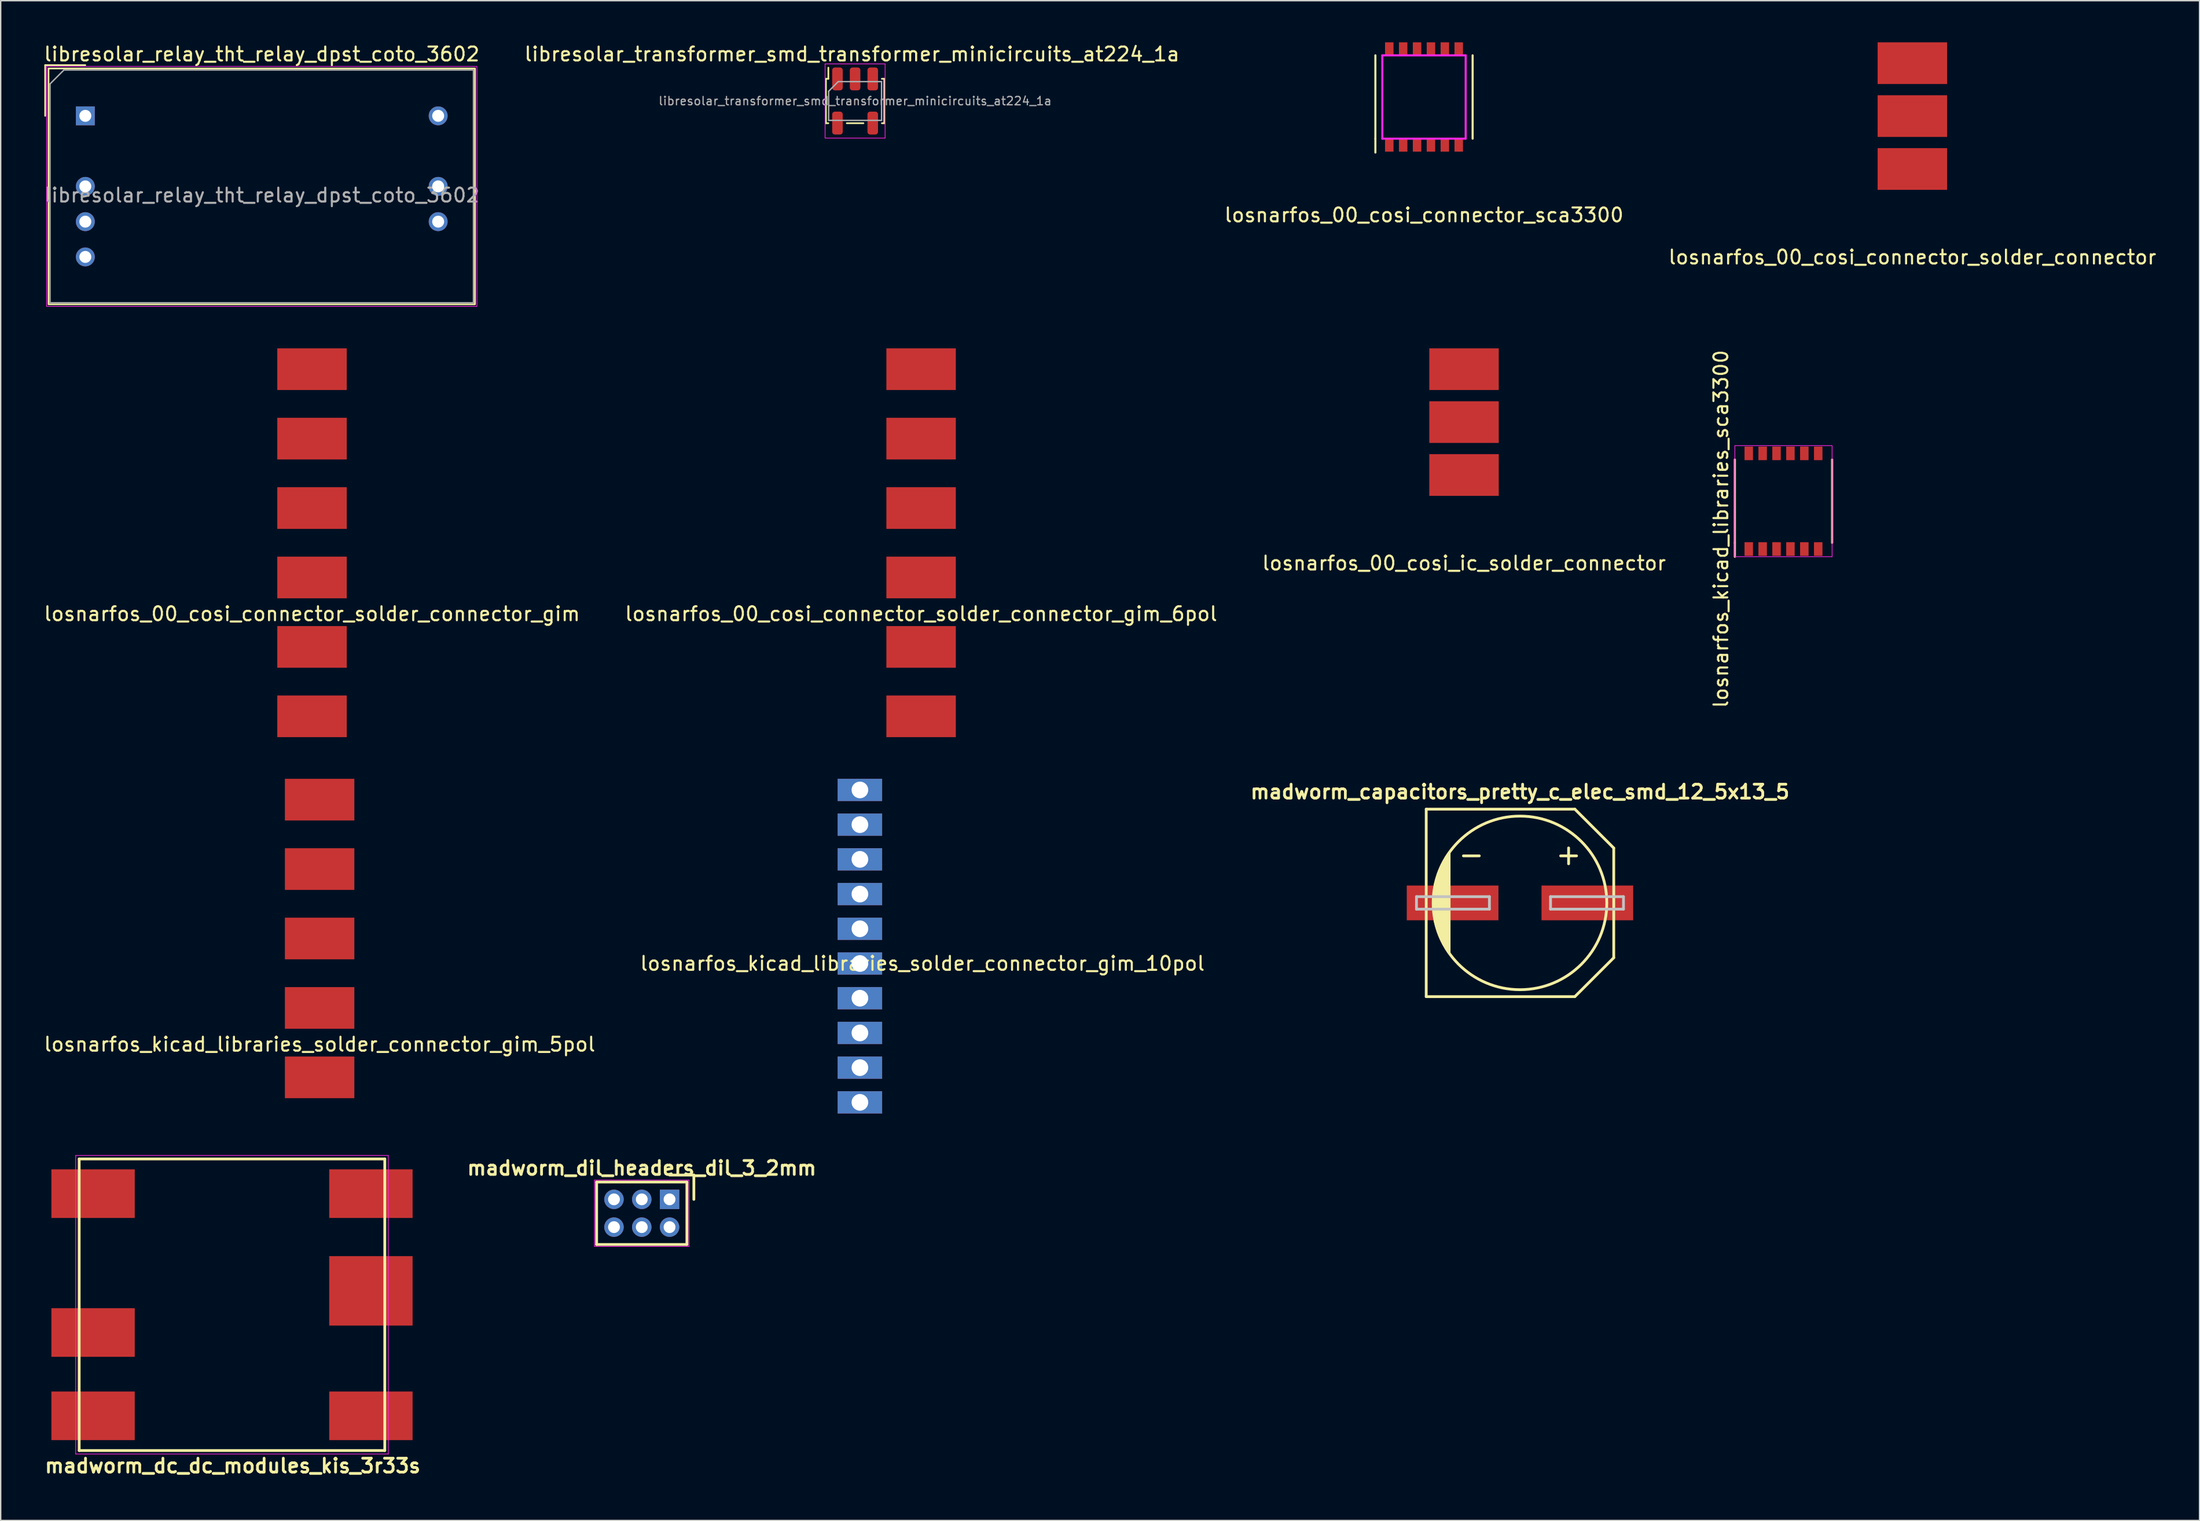
<source format=kicad_pcb>
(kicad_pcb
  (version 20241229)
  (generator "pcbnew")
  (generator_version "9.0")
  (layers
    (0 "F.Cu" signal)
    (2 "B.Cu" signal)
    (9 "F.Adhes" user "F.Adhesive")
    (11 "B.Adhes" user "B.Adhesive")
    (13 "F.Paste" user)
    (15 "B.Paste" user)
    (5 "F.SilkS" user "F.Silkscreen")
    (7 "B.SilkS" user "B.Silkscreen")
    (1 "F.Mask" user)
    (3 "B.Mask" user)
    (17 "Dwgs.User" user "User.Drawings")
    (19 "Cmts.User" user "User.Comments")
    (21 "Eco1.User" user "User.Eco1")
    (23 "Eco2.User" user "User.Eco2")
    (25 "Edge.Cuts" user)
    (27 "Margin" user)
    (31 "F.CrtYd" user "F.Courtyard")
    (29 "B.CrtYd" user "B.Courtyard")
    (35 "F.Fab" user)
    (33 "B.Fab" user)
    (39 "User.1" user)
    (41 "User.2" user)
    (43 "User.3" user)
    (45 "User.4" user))
  (footprint "madworm_dc_dc_modules_kis_3r33s"
    (layer "F.Cu")
    (at 13.65 90.913)
    (property "Reference" "madworm_dc_dc_modules_kis_3r33s" (at 0.05 11.6 0) (layer "F.SilkS") (effects (font (size 1 1) (thickness 0.2))))
    (attr through_hole)
    (fp_line (start -11 -10.5) (end 11 -10.5) (stroke (width 0.2) (type solid)) (layer "F.SilkS"))
    (fp_line (start -11 10.5) (end -11 -10.5) (stroke (width 0.2) (type solid)) (layer "F.SilkS"))
    (fp_line (start 11 -10.5) (end 11 10.5) (stroke (width 0.2) (type solid)) (layer "F.SilkS"))
    (fp_line (start 11 10.5) (end -11 10.5) (stroke (width 0.2) (type solid)) (layer "F.SilkS"))
    (fp_line (start -11.25 -10.75) (end 11.25 -10.75) (stroke (width 0.05) (type solid)) (layer "F.CrtYd"))
    (fp_line (start -11.25 10.75) (end -11.25 -10.75) (stroke (width 0.05) (type solid)) (layer "F.CrtYd"))
    (fp_line (start 11.25 -10.75) (end 11.25 10.75) (stroke (width 0.05) (type solid)) (layer "F.CrtYd"))
    (fp_line (start 11.25 10.75) (end -11.25 10.75) (stroke (width 0.05) (type solid)) (layer "F.CrtYd"))
    (pad "1" smd rect (at -10 -8) (size 6 3.5) (layers "F.Cu" "F.Mask" "F.Paste"))
    (pad "2" smd rect (at -10 2) (size 6 3.5) (layers "F.Cu" "F.Mask" "F.Paste"))
    (pad "3" smd rect (at -10 8) (size 6 3.5) (layers "F.Cu" "F.Mask" "F.Paste"))
    (pad "4" smd rect (at 10 8) (size 6 3.5) (layers "F.Cu" "F.Mask" "F.Paste"))
    (pad "5" smd rect (at 10 -1) (size 6 5) (layers "F.Cu" "F.Mask" "F.Paste"))
    (pad "6" smd rect (at 10 -8) (size 6 3.5) (layers "F.Cu" "F.Mask" "F.Paste")))
  (footprint "losnarfos_00_cosi_ic_solder_connector"
    (layer "F.Cu")
    (at 102.339 29.888)
    (property "Reference" "losnarfos_00_cosi_ic_solder_connector" (at 0 7.62 0) (layer "F.SilkS") (effects (font (size 1 1) (thickness 0.15))))
    (attr through_hole)
    (pad "1" smd rect (at 0 -6.35) (size 5 3) (layers "F.Cu" "F.Mask" "F.Paste"))
    (pad "1" smd rect (at 0 -2.54) (size 5 3) (layers "F.Cu" "F.Mask" "F.Paste"))
    (pad "1" smd rect (at 0 1.27) (size 5 3) (layers "F.Cu" "F.Mask" "F.Paste")))
  (footprint "losnarfos_00_cosi_connector_solder_connector_gim"
    (layer "F.Cu")
    (at 19.411 33.538)
    (property "Reference" "losnarfos_00_cosi_connector_solder_connector_gim" (at 0 7.62 0) (layer "F.SilkS") (effects (font (size 1 1) (thickness 0.15))))
    (attr through_hole)
    (pad "1" smd rect (at 0 -10) (size 5 3) (layers "F.Cu" "F.Mask" "F.Paste"))
    (pad "1" smd rect (at 0 -5) (size 5 3) (layers "F.Cu" "F.Mask" "F.Paste"))
    (pad "1" smd rect (at 0 0) (size 5 3) (layers "F.Cu" "F.Mask" "F.Paste"))
    (pad "1" smd rect (at 0 5) (size 5 3) (layers "F.Cu" "F.Mask" "F.Paste"))
    (pad "1" smd rect (at 0 10) (size 5 3) (layers "F.Cu" "F.Mask" "F.Paste"))
    (pad "1" smd rect (at 0 15) (size 5 3) (layers "F.Cu" "F.Mask" "F.Paste")))
  (footprint "losnarfos_00_cosi_connector_solder_connector"
    (layer "F.Cu")
    (at 134.613 7.85)
    (property "Reference" "losnarfos_00_cosi_connector_solder_connector" (at 0 7.62 0) (layer "F.SilkS") (effects (font (size 1 1) (thickness 0.15))))
    (attr through_hole)
    (pad "1" smd rect (at 0 -6.35) (size 5 3) (layers "F.Cu" "F.Mask" "F.Paste"))
    (pad "1" smd rect (at 0 -2.54) (size 5 3) (layers "F.Cu" "F.Mask" "F.Paste"))
    (pad "1" smd rect (at 0 1.27) (size 5 3) (layers "F.Cu" "F.Mask" "F.Paste")))
  (footprint "madworm_capacitors_pretty_c_elec_smd_12_5x13_5"
    (layer "F.Cu")
    (at 106.367 61.974)
    (property "Reference" "madworm_capacitors_pretty_c_elec_smd_12_5x13_5" (at 0 -8 0) (layer "F.SilkS") (effects (font (size 1 1) (thickness 0.2))))
    (attr through_hole)
    (fp_line (start -6.75 -6.75) (end 3.95 -6.75) (stroke (width 0.2) (type solid)) (layer "F.SilkS"))
    (fp_line (start -6.75 6.75) (end -6.75 -6.75) (stroke (width 0.2) (type solid)) (layer "F.SilkS"))
    (fp_line (start -6.15 1.1) (end -6.15 -1.1) (stroke (width 0.2) (type solid)) (layer "F.SilkS"))
    (fp_line (start -6.1 1.35) (end -6.1 -1.35) (stroke (width 0.2) (type solid)) (layer "F.SilkS"))
    (fp_line (start -6 -1.7) (end -6 1.7) (stroke (width 0.2) (type solid)) (layer "F.SilkS"))
    (fp_line (start -5.9 2.05) (end -5.9 -2.05) (stroke (width 0.2) (type solid)) (layer "F.SilkS"))
    (fp_line (start -5.8 -2.3) (end -5.8 2.3) (stroke (width 0.2) (type solid)) (layer "F.SilkS"))
    (fp_line (start -5.7 2.55) (end -5.7 -2.55) (stroke (width 0.2) (type solid)) (layer "F.SilkS"))
    (fp_line (start -5.6 2.75) (end -5.6 -2.75) (stroke (width 0.2) (type solid)) (layer "F.SilkS"))
    (fp_line (start -5.5 -2.95) (end -5.5 2.95) (stroke (width 0.2) (type solid)) (layer "F.SilkS"))
    (fp_line (start -5.4 3.1) (end -5.4 -3.1) (stroke (width 0.2) (type solid)) (layer "F.SilkS"))
    (fp_line (start -5.3 -3.3) (end -5.3 3.3) (stroke (width 0.2) (type solid)) (layer "F.SilkS"))
    (fp_line (start -5.2 -3.45) (end -5.2 3.45) (stroke (width 0.2) (type solid)) (layer "F.SilkS"))
    (fp_line (start -5.1 -3.6) (end -5.1 3.6) (stroke (width 0.2) (type solid)) (layer "F.SilkS"))
    (fp_line (start 3.95 -6.75) (end 6.75 -3.95) (stroke (width 0.2) (type solid)) (layer "F.SilkS"))
    (fp_line (start 3.95 6.75) (end -6.75 6.75) (stroke (width 0.2) (type solid)) (layer "F.SilkS"))
    (fp_line (start 6.75 -3.95) (end 6.75 3.95) (stroke (width 0.2) (type solid)) (layer "F.SilkS"))
    (fp_line (start 6.75 3.95) (end 3.95 6.75) (stroke (width 0.2) (type solid)) (layer "F.SilkS"))
    (fp_circle (center 0 0) (end 6.25 0) (stroke (width 0.2) (type solid)) (fill no) (layer "F.SilkS"))
    (fp_line (start -7.45 -0.45) (end -7.45 0.45) (stroke (width 0.2) (type solid)) (layer "Dwgs.User"))
    (fp_line (start -7.45 0.45) (end -2.2 0.45) (stroke (width 0.2) (type solid)) (layer "Dwgs.User"))
    (fp_line (start -2.2 -0.45) (end -7.45 -0.45) (stroke (width 0.2) (type solid)) (layer "Dwgs.User"))
    (fp_line (start -2.2 0.45) (end -2.2 -0.45) (stroke (width 0.2) (type solid)) (layer "Dwgs.User"))
    (fp_line (start 2.2 -0.45) (end 7.45 -0.45) (stroke (width 0.2) (type solid)) (layer "Dwgs.User"))
    (fp_line (start 2.2 0.45) (end 2.2 -0.45) (stroke (width 0.2) (type solid)) (layer "Dwgs.User"))
    (fp_line (start 7.45 -0.45) (end 7.45 0.45) (stroke (width 0.2) (type solid)) (layer "Dwgs.User"))
    (fp_line (start 7.45 0.45) (end 2.2 0.45) (stroke (width 0.2) (type solid)) (layer "Dwgs.User"))
    (fp_text user "-" (at -3.5 -3.5 0) (layer "F.SilkS") (effects (font (size 1.5 1.5) (thickness 0.2))))
    (fp_text user "+" (at 3.5 -3.5 0) (layer "F.SilkS") (effects (font (size 1.5 1.5) (thickness 0.2))))
    (pad "1" smd rect (at 4.85 0) (size 6.6 2.5) (layers "F.Cu" "F.Mask" "F.Paste"))
    (pad "2" smd rect (at -4.85 0) (size 6.6 2.5) (layers "F.Cu" "F.Mask" "F.Paste")))
  (footprint "losnarfos_kicad_libraries_solder_connector_gim_10pol"
    (layer "F.Cu")
    (at 58.851 64.838)
    (property "Reference" "losnarfos_kicad_libraries_solder_connector_gim_10pol" (at 4.5 1.5 0) (layer "F.SilkS") (effects (font (size 1 1) (thickness 0.15))))
    (attr through_hole)
    (pad "1" thru_hole rect (at 0 -11) (size 3.2 1.6) (drill 1.2) (layers "*.Cu" "*.Mask"))
    (pad "2" thru_hole rect (at 0 -8.5) (size 3.2 1.6) (drill 1.2) (layers "*.Cu" "*.Mask"))
    (pad "3" thru_hole rect (at 0 -6) (size 3.2 1.6) (drill 1.2) (layers "*.Cu" "*.Mask"))
    (pad "4" thru_hole rect (at 0 -3.5) (size 3.2 1.6) (drill 1.2) (layers "*.Cu" "*.Mask"))
    (pad "5" thru_hole rect (at 0 -1) (size 3.2 1.6) (drill 1.2) (layers "*.Cu" "*.Mask"))
    (pad "6" thru_hole rect (at 0 1.5) (size 3.2 1.6) (drill 1.2) (layers "*.Cu" "*.Mask"))
    (pad "7" thru_hole rect (at 0 4) (size 3.2 1.6) (drill 1.2) (layers "*.Cu" "*.Mask"))
    (pad "8" thru_hole rect (at 0 6.5) (size 3.2 1.6) (drill 1.2) (layers "*.Cu" "*.Mask"))
    (pad "9" thru_hole rect (at 0 9) (size 3.2 1.6) (drill 1.2) (layers "*.Cu" "*.Mask"))
    (pad "10" thru_hole rect (at 0 11.5) (size 3.2 1.6) (drill 1.2) (layers "*.Cu" "*.Mask")))
  (footprint "losnarfos_kicad_libraries_solder_connector_gim_5pol"
    (layer "F.Cu")
    (at 19.958 64.538)
    (property "Reference" "losnarfos_kicad_libraries_solder_connector_gim_5pol" (at 0 7.62 0) (layer "F.SilkS") (effects (font (size 1 1) (thickness 0.15))))
    (attr through_hole)
    (pad "1" smd rect (at 0 -10) (size 5 3) (layers "F.Cu" "F.Mask" "F.Paste"))
    (pad "2" smd rect (at 0 -5) (size 5 3) (layers "F.Cu" "F.Mask" "F.Paste"))
    (pad "3" smd rect (at 0 0) (size 5 3) (layers "F.Cu" "F.Mask" "F.Paste"))
    (pad "4" smd rect (at 0 5) (size 5 3) (layers "F.Cu" "F.Mask" "F.Paste"))
    (pad "5" smd rect (at 0 10) (size 5 3) (layers "F.Cu" "F.Mask" "F.Paste")))
  (footprint "losnarfos_00_cosi_connector_solder_connector_gim_6pol"
    (layer "F.Cu")
    (at 63.256 33.538)
    (property "Reference" "losnarfos_00_cosi_connector_solder_connector_gim_6pol" (at 0 7.62 0) (layer "F.SilkS") (effects (font (size 1 1) (thickness 0.15))))
    (attr through_hole)
    (pad "1" smd rect (at 0 -10) (size 5 3) (layers "F.Cu" "F.Mask" "F.Paste"))
    (pad "2" smd rect (at 0 -5) (size 5 3) (layers "F.Cu" "F.Mask" "F.Paste"))
    (pad "3" smd rect (at 0 0) (size 5 3) (layers "F.Cu" "F.Mask" "F.Paste"))
    (pad "4" smd rect (at 0 5) (size 5 3) (layers "F.Cu" "F.Mask" "F.Paste"))
    (pad "5" smd rect (at 0 10) (size 5 3) (layers "F.Cu" "F.Mask" "F.Paste"))
    (pad "6" smd rect (at 0 15) (size 5 3) (layers "F.Cu" "F.Mask" "F.Paste")))
  (footprint "libresolar_transformer_smd_transformer_minicircuits_at224_1a"
    (layer "F.Cu")
    (at 58.505 4.223)
    (property "Reference" "libresolar_transformer_smd_transformer_minicircuits_at224_1a" (at -0.225 -3.375 0) (layer "F.SilkS") (effects (font (size 1 1) (thickness 0.15))))
    (attr smd)
    (fp_line (start -2.1 -1.6) (end -1.925 -1.6) (stroke (width 0.12) (type solid)) (layer "F.SilkS"))
    (fp_line (start -2.1 1.6) (end -2.1 -1.6) (stroke (width 0.12) (type solid)) (layer "F.SilkS"))
    (fp_line (start -1.925 -1.6) (end -1.925 -2.4) (stroke (width 0.12) (type solid)) (layer "F.SilkS"))
    (fp_line (start -1.925 1.6) (end -2.1 1.6) (stroke (width 0.12) (type solid)) (layer "F.SilkS"))
    (fp_line (start -0.6 1.6) (end 0.6 1.6) (stroke (width 0.12) (type solid)) (layer "F.SilkS"))
    (fp_line (start 1.925 1.6) (end 2.1 1.6) (stroke (width 0.12) (type solid)) (layer "F.SilkS"))
    (fp_line (start 2.1 -1.6) (end 1.925 -1.6) (stroke (width 0.12) (type solid)) (layer "F.SilkS"))
    (fp_line (start 2.1 1.6) (end 2.1 -1.6) (stroke (width 0.12) (type solid)) (layer "F.SilkS"))
    (fp_line (start -2.16 -2.67) (end 2.16 -2.67) (stroke (width 0.05) (type solid)) (layer "F.CrtYd"))
    (fp_line (start -2.16 2.67) (end -2.16 -2.67) (stroke (width 0.05) (type solid)) (layer "F.CrtYd"))
    (fp_line (start 2.16 -2.67) (end 2.16 2.67) (stroke (width 0.05) (type solid)) (layer "F.CrtYd"))
    (fp_line (start 2.16 2.67) (end -2.16 2.67) (stroke (width 0.05) (type solid)) (layer "F.CrtYd"))
    (fp_line (start -1.905 1.395) (end -1.905 -0.698) (stroke (width 0.1) (type solid)) (layer "F.Fab"))
    (fp_line (start -1.218 -1.395) (end -1.905 -0.698) (stroke (width 0.1) (type solid)) (layer "F.Fab"))
    (fp_line (start -1.218 -1.395) (end 1.905 -1.395) (stroke (width 0.1) (type solid)) (layer "F.Fab"))
    (fp_line (start 1.905 -1.395) (end 1.905 1.395) (stroke (width 0.1) (type solid)) (layer "F.Fab"))
    (fp_line (start 1.905 1.395) (end -1.905 1.395) (stroke (width 0.1) (type solid)) (layer "F.Fab"))
    (fp_text user "${REFERENCE}" (at 0 0 180) (layer "F.Fab") (effects (font (size 0.6 0.6) (thickness 0.09))))
    (pad "1" smd roundrect (at -1.27 -1.59 90) (size 1.65 0.76) (layers "F.Cu" "F.Mask" "F.Paste") (roundrect_rratio 0.25))
    (pad "2" smd roundrect (at 0 -1.59 90) (size 1.65 0.76) (layers "F.Cu" "F.Mask" "F.Paste") (roundrect_rratio 0.25))
    (pad "3" smd roundrect (at 1.27 -1.59 90) (size 1.65 0.76) (layers "F.Cu" "F.Mask" "F.Paste") (roundrect_rratio 0.25))
    (pad "4" smd roundrect (at 1.27 1.59 90) (size 1.65 0.76) (layers "F.Cu" "F.Mask" "F.Paste") (roundrect_rratio 0.25))
    (pad "6" smd roundrect (at -1.27 1.59 90) (size 1.65 0.76) (layers "F.Cu" "F.Mask" "F.Paste") (roundrect_rratio 0.25)))
  (footprint "madworm_dil_headers_dil_3_2mm"
    (layer "F.Cu")
    (at 43.148 84.324)
    (property "Reference" "madworm_dil_headers_dil_3_2mm" (at 0 -3.25 0) (layer "F.SilkS") (effects (font (size 1 1) (thickness 0.2))))
    (attr through_hole)
    (fp_line (start -3.25 -2.25) (end 3.25 -2.25) (stroke (width 0.2) (type solid)) (layer "F.SilkS"))
    (fp_line (start -3.25 2.25) (end -3.25 -2.25) (stroke (width 0.2) (type solid)) (layer "F.SilkS"))
    (fp_line (start 2 -2.75) (end 3.75 -2.75) (stroke (width 0.2) (type solid)) (layer "F.SilkS"))
    (fp_line (start 3.25 -2.25) (end 3.25 2.25) (stroke (width 0.2) (type solid)) (layer "F.SilkS"))
    (fp_line (start 3.25 2.25) (end -3.25 2.25) (stroke (width 0.2) (type solid)) (layer "F.SilkS"))
    (fp_line (start 3.75 -2.75) (end 3.75 -1) (stroke (width 0.2) (type solid)) (layer "F.SilkS"))
    (fp_line (start -3.404 -2.388) (end 3.404 -2.388) (stroke (width 0.05) (type solid)) (layer "F.CrtYd"))
    (fp_line (start -3.404 2.388) (end -3.404 -2.388) (stroke (width 0.05) (type solid)) (layer "F.CrtYd"))
    (fp_line (start 3.404 -2.388) (end 3.404 2.388) (stroke (width 0.05) (type solid)) (layer "F.CrtYd"))
    (fp_line (start 3.404 2.388) (end -3.404 2.388) (stroke (width 0.05) (type solid)) (layer "F.CrtYd"))
    (pad "1" thru_hole rect (at 2 -1) (size 1.4 1.4) (drill 0.85) (layers "*.Cu" "*.Mask"))
    (pad "2" thru_hole circle (at 2 1) (size 1.4 1.4) (drill 0.85) (layers "*.Cu" "*.Mask"))
    (pad "3" thru_hole circle (at 0 -1) (size 1.4 1.4) (drill 0.85) (layers "*.Cu" "*.Mask"))
    (pad "4" thru_hole circle (at 0 1) (size 1.4 1.4) (drill 0.85) (layers "*.Cu" "*.Mask"))
    (pad "5" thru_hole circle (at -2 -1) (size 1.4 1.4) (drill 0.85) (layers "*.Cu" "*.Mask"))
    (pad "6" thru_hole circle (at -2 1) (size 1.4 1.4) (drill 0.85) (layers "*.Cu" "*.Mask")))
  (footprint "losnarfos_00_cosi_connector_sca3300"
    (layer "F.Cu")
    (at 99.458 3.935)
    (property "Reference" "losnarfos_00_cosi_connector_sca3300" (at 0 8.5 0) (layer "F.SilkS") (effects (font (size 1 1) (thickness 0.15))))
    (attr through_hole)
    (fp_line (start -3.5 3) (end -3.5 -3) (stroke (width 0.15) (type solid)) (layer "F.SilkS"))
    (fp_line (start -3.5 3) (end -3.5 4) (stroke (width 0.15) (type solid)) (layer "F.SilkS"))
    (fp_line (start 3.5 -3) (end 3.5 3) (stroke (width 0.15) (type solid)) (layer "F.SilkS"))
    (fp_line (start -3 -3) (end -3 3) (stroke (width 0.15) (type solid)) (layer "F.CrtYd"))
    (fp_line (start -3 3) (end 3 3) (stroke (width 0.15) (type solid)) (layer "F.CrtYd"))
    (fp_line (start 3 -3) (end -3 -3) (stroke (width 0.15) (type solid)) (layer "F.CrtYd"))
    (fp_line (start 3 3) (end 3 -3) (stroke (width 0.15) (type solid)) (layer "F.CrtYd"))
    (pad "1" smd rect (at -2.5 3.445) (size 0.61 0.98) (layers "F.Cu" "F.Mask" "F.Paste"))
    (pad "2" smd rect (at -1.5 3.445) (size 0.61 0.98) (layers "F.Cu" "F.Mask" "F.Paste"))
    (pad "3" smd rect (at -0.5 3.445) (size 0.61 0.98) (layers "F.Cu" "F.Mask" "F.Paste"))
    (pad "4" smd rect (at 0.5 3.445) (size 0.61 0.98) (layers "F.Cu" "F.Mask" "F.Paste"))
    (pad "5" smd rect (at 1.5 3.445) (size 0.61 0.98) (layers "F.Cu" "F.Mask" "F.Paste"))
    (pad "6" smd rect (at 2.5 3.445) (size 0.61 0.98) (layers "F.Cu" "F.Mask" "F.Paste"))
    (pad "7" smd rect (at 2.5 -3.445) (size 0.61 0.98) (layers "F.Cu" "F.Mask" "F.Paste"))
    (pad "8" smd rect (at 1.5 -3.445) (size 0.61 0.98) (layers "F.Cu" "F.Mask" "F.Paste"))
    (pad "9" smd rect (at 0.5 -3.445) (size 0.61 0.98) (layers "F.Cu" "F.Mask" "F.Paste"))
    (pad "10" smd rect (at -0.5 -3.445) (size 0.61 0.98) (layers "F.Cu" "F.Mask" "F.Paste"))
    (pad "11" smd rect (at -1.5 -3.445) (size 0.61 0.98) (layers "F.Cu" "F.Mask" "F.Paste"))
    (pad "12" smd rect (at -2.5 -3.445) (size 0.61 0.98) (layers "F.Cu" "F.Mask" "F.Paste")))
  (footprint "losnarfos_kicad_libraries_sca3300"
    (layer "F.Cu")
    (at 125.336 33.044)
    (property "Reference" "losnarfos_kicad_libraries_sca3300" (at -4.5 2 90) (layer "F.SilkS") (effects (font (size 1 1) (thickness 0.15))))
    (attr through_hole)
    (fp_line (start -3.5 3) (end -3.5 -3) (stroke (width 0.15) (type solid)) (layer "F.SilkS"))
    (fp_line (start -3.5 3) (end -3.5 4) (stroke (width 0.15) (type solid)) (layer "F.SilkS"))
    (fp_line (start 3.5 -3) (end 3.5 3) (stroke (width 0.15) (type solid)) (layer "F.SilkS"))
    (fp_line (start -3.5 -4) (end 3.5 -4) (stroke (width 0.05) (type solid)) (layer "F.CrtYd"))
    (fp_line (start -3.5 4) (end -3.5 -4) (stroke (width 0.05) (type solid)) (layer "F.CrtYd"))
    (fp_line (start 3.5 -4) (end 3.5 4) (stroke (width 0.05) (type solid)) (layer "F.CrtYd"))
    (fp_line (start 3.5 4) (end -3.5 4) (stroke (width 0.05) (type solid)) (layer "F.CrtYd"))
    (pad "1" smd rect (at -2.5 3.445) (size 0.61 0.98) (layers "F.Cu" "F.Mask" "F.Paste"))
    (pad "2" smd rect (at -1.5 3.445) (size 0.61 0.98) (layers "F.Cu" "F.Mask" "F.Paste"))
    (pad "3" smd rect (at -0.5 3.445) (size 0.61 0.98) (layers "F.Cu" "F.Mask" "F.Paste"))
    (pad "4" smd rect (at 0.5 3.445) (size 0.61 0.98) (layers "F.Cu" "F.Mask" "F.Paste"))
    (pad "5" smd rect (at 1.5 3.445) (size 0.61 0.98) (layers "F.Cu" "F.Mask" "F.Paste"))
    (pad "6" smd rect (at 2.5 3.445) (size 0.61 0.98) (layers "F.Cu" "F.Mask" "F.Paste"))
    (pad "7" smd rect (at 2.5 -3.445) (size 0.61 0.98) (layers "F.Cu" "F.Mask" "F.Paste"))
    (pad "8" smd rect (at 1.5 -3.445) (size 0.61 0.98) (layers "F.Cu" "F.Mask" "F.Paste"))
    (pad "9" smd rect (at 0.5 -3.445) (size 0.61 0.98) (layers "F.Cu" "F.Mask" "F.Paste"))
    (pad "10" smd rect (at -0.5 -3.445) (size 0.61 0.98) (layers "F.Cu" "F.Mask" "F.Paste"))
    (pad "11" smd rect (at -1.5 -3.445) (size 0.61 0.98) (layers "F.Cu" "F.Mask" "F.Paste"))
    (pad "12" smd rect (at -2.5 -3.445) (size 0.61 0.98) (layers "F.Cu" "F.Mask" "F.Paste")))
  (footprint "libresolar_relay_tht_relay_dpst_coto_3602"
    (layer "F.Cu")
    (at 3.092 5.293)
    (property "Reference" "libresolar_relay_tht_relay_dpst_coto_3602" (at 12.7 -4.445 0) (unlocked yes) (layer "F.SilkS") (effects (font (size 1 1) (thickness 0.15))))
    (attr through_hole)
    (fp_line (start -2.89 -3.652) (end 0 -3.652) (stroke (width 0.12) (type default)) (layer "F.SilkS"))
    (fp_line (start -2.89 0) (end -2.89 -3.652) (stroke (width 0.12) (type default)) (layer "F.SilkS"))
    (fp_rect (start -2.65 13.572) (end 28.05 -3.412) (stroke (width 0.12) (type default)) (fill no) (layer "F.SilkS"))
    (fp_rect (start -2.79 -3.56) (end 28.19 13.72) (stroke (width 0.05) (type default)) (fill no) (layer "F.CrtYd"))
    (fp_line (start -2.54 -2.302) (end -2.54 13.462) (stroke (width 0.1) (type default)) (layer "F.Fab"))
    (fp_line (start -2.54 13.462) (end 27.94 13.462) (stroke (width 0.1) (type default)) (layer "F.Fab"))
    (fp_line (start -1.54 -3.302) (end -2.54 -2.302) (stroke (width 0.1) (type default)) (layer "F.Fab"))
    (fp_line (start 27.94 -3.302) (end -1.54 -3.302) (stroke (width 0.1) (type default)) (layer "F.Fab"))
    (fp_line (start 27.94 13.462) (end 27.94 -3.302) (stroke (width 0.1) (type default)) (layer "F.Fab"))
    (fp_text user "${REFERENCE}" (at 12.7 5.715 0) (unlocked yes) (layer "F.Fab") (effects (font (size 1 1) (thickness 0.15))))
    (pad "13" thru_hole circle (at 0 5.08 90) (size 1.36 1.36) (drill 0.86) (layers "*.Cu" "*.Mask"))
    (pad "14" thru_hole circle (at 25.4 5.08 90) (size 1.36 1.36) (drill 0.86) (layers "*.Cu" "*.Mask"))
    (pad "23" thru_hole circle (at 0 7.62 90) (size 1.36 1.36) (drill 0.86) (layers "*.Cu" "*.Mask"))
    (pad "24" thru_hole circle (at 25.4 7.62 90) (size 1.36 1.36) (drill 0.86) (layers "*.Cu" "*.Mask"))
    (pad "A1" thru_hole rect (at 0 0 90) (size 1.36 1.36) (drill 0.86) (layers "*.Cu" "*.Mask"))
    (pad "A2" thru_hole circle (at 25.4 0 90) (size 1.36 1.36) (drill 0.86) (layers "*.Cu" "*.Mask"))
    (pad "SH" thru_hole circle (at 0 10.16 90) (size 1.36 1.36) (drill 0.86) (layers "*.Cu" "*.Mask")))
  (gr_rect
    (start -3 -3)
    (end 155.286 106.449)
    (stroke (width 0.1) (type default))
    (fill no)
    (layer "Edge.Cuts")))
</source>
